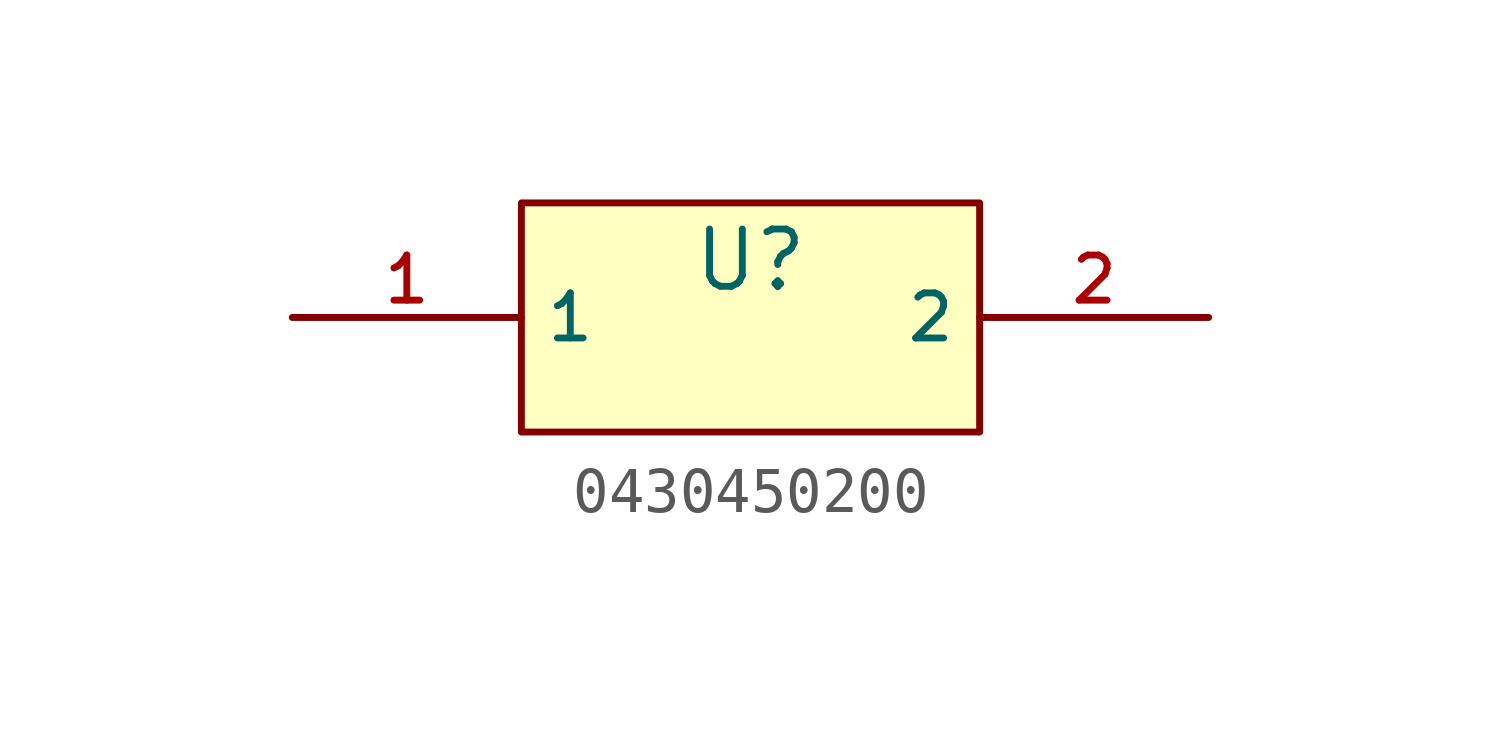
<source format=kicad_sym>
(kicad_symbol_lib
  (version 20210201)
  (generator TousstNicolas/JLC2KiCad_lib)
  (symbol "0430450200"
    (property "Reference" "U"
      (at 0 1.27 0)
      (effects (font (size 1.27 1.27))))
    (symbol "0430450200_0_1"
      (rectangle (start -5.08 2.54) (end 5.08 -2.54) (stroke (width 0) (type default) (color 0 0 0 0)) (fill (type background)))
      (pin unspecified line (at -10.16 -0.0 0) (length 5.08) (name "1" (effects (font (size 1 1)))) (number "1" (effects (font (size 1 1)))))
      (pin unspecified line (at 10.16 -0.0 180) (length 5.08) (name "2" (effects (font (size 1 1)))) (number "2" (effects (font (size 1 1))))))))
</source>
